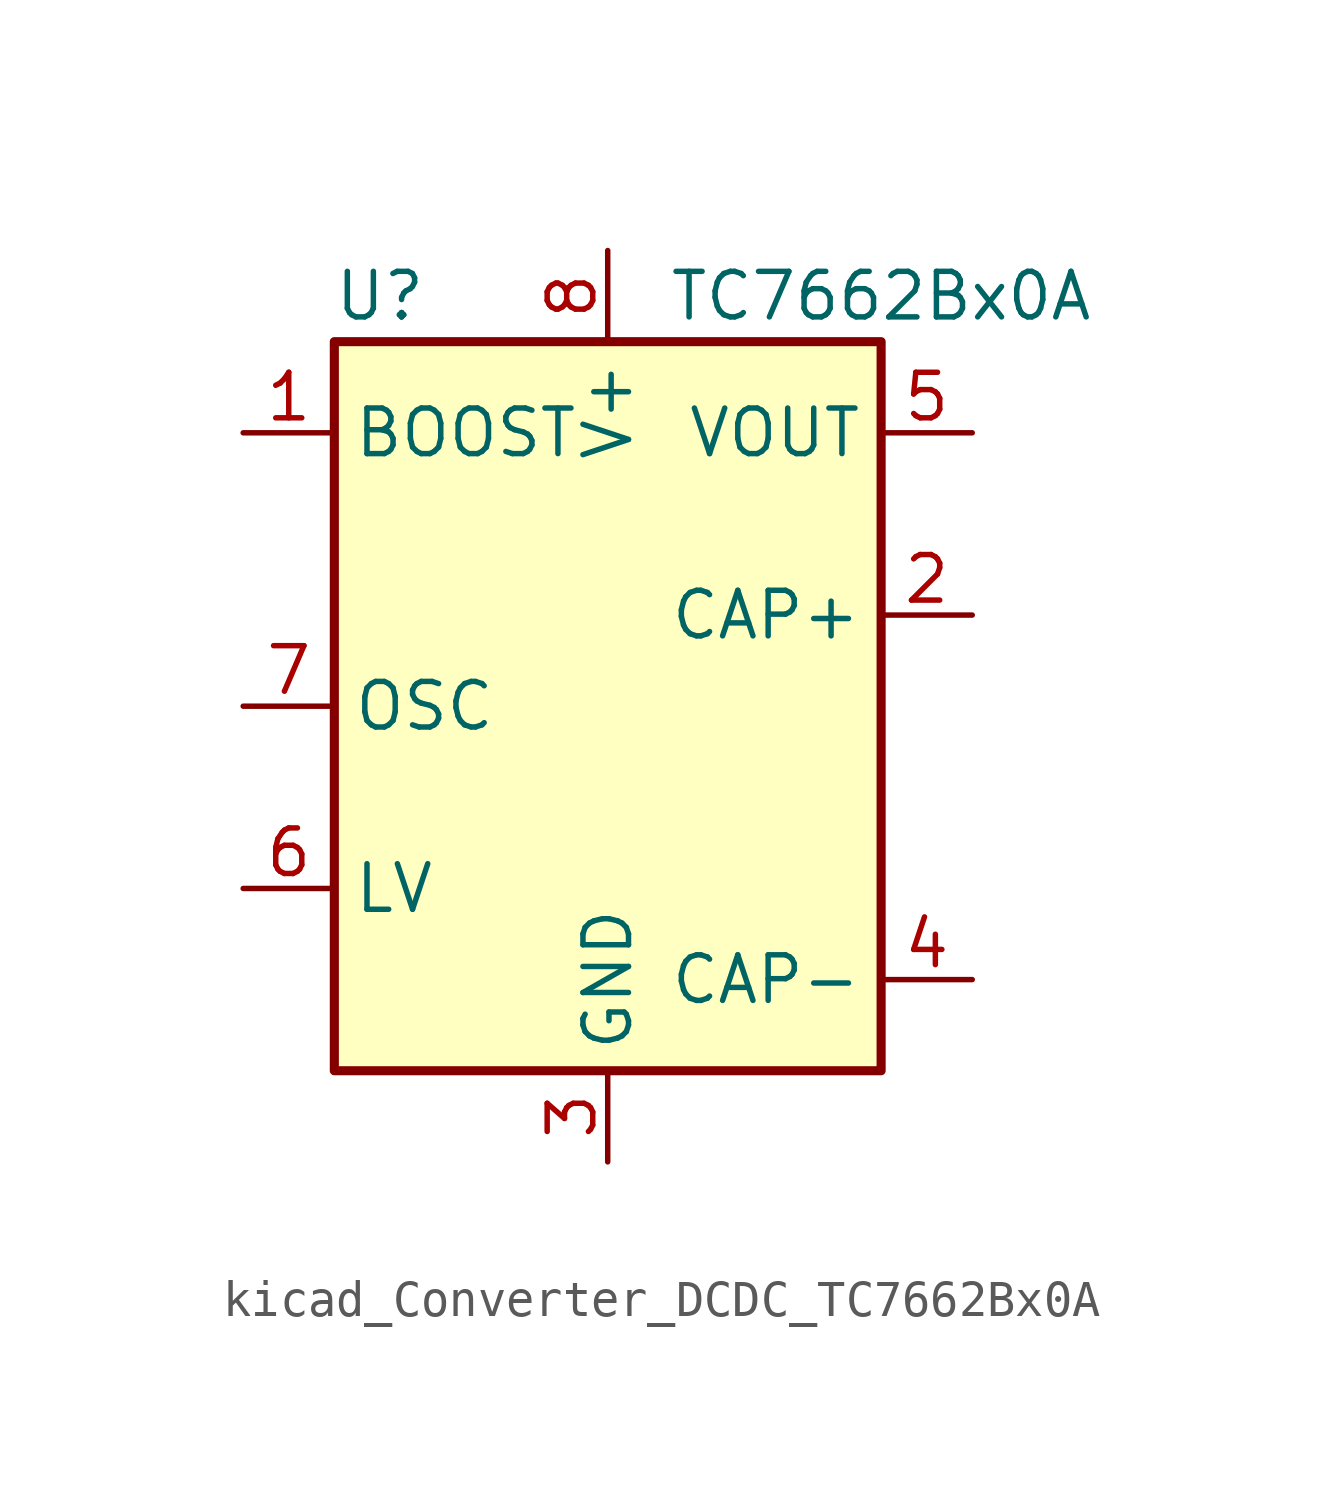
<source format=kicad_sym>
(kicad_symbol_lib
  (version 20220914)
  (generator kicad_symbol_editor)
  (symbol "kicad_Converter_DCDC_TC7662Bx0A"
    (property "Reference" "U"
      (at -6.35 11.43 0)
      (effects (font (size 1.27 1.27))))
    (property "Value" "TC7662Bx0A"
      (at 7.62 11.43 0)
      (effects (font (size 1.27 1.27))))
    (symbol "kicad_Converter_DCDC_TC7662Bx0A_0_1"
      (rectangle (start -7.62 10.16) (end 7.62 -10.16) (stroke (width 0.254) (type default)) (fill (type background))))
    (symbol "kicad_Converter_DCDC_TC7662Bx0A_1_1"
      (pin input line (at -10.16 7.62 0) (length 2.54) (name "BOOST" (effects (font (size 1.27 1.27)))) (number "1" (effects (font (size 1.27 1.27)))))
      (pin passive line (at 10.16 2.54 180) (length 2.54) (name "CAP+" (effects (font (size 1.27 1.27)))) (number "2" (effects (font (size 1.27 1.27)))))
      (pin power_in line (at 0 -12.7 90) (length 2.54) (name "GND" (effects (font (size 1.27 1.27)))) (number "3" (effects (font (size 1.27 1.27)))))
      (pin passive line (at 10.16 -7.62 180) (length 2.54) (name "CAP-" (effects (font (size 1.27 1.27)))) (number "4" (effects (font (size 1.27 1.27)))))
      (pin power_out line (at 10.16 7.62 180) (length 2.54) (name "VOUT" (effects (font (size 1.27 1.27)))) (number "5" (effects (font (size 1.27 1.27)))))
      (pin input line (at -10.16 -5.08 0) (length 2.54) (name "LV" (effects (font (size 1.27 1.27)))) (number "6" (effects (font (size 1.27 1.27)))))
      (pin passive line (at -10.16 0 0) (length 2.54) (name "OSC" (effects (font (size 1.27 1.27)))) (number "7" (effects (font (size 1.27 1.27)))))
      (pin power_in line (at 0 12.7 270) (length 2.54) (name "V+" (effects (font (size 1.27 1.27)))) (number "8" (effects (font (size 1.27 1.27))))))))
</source>
